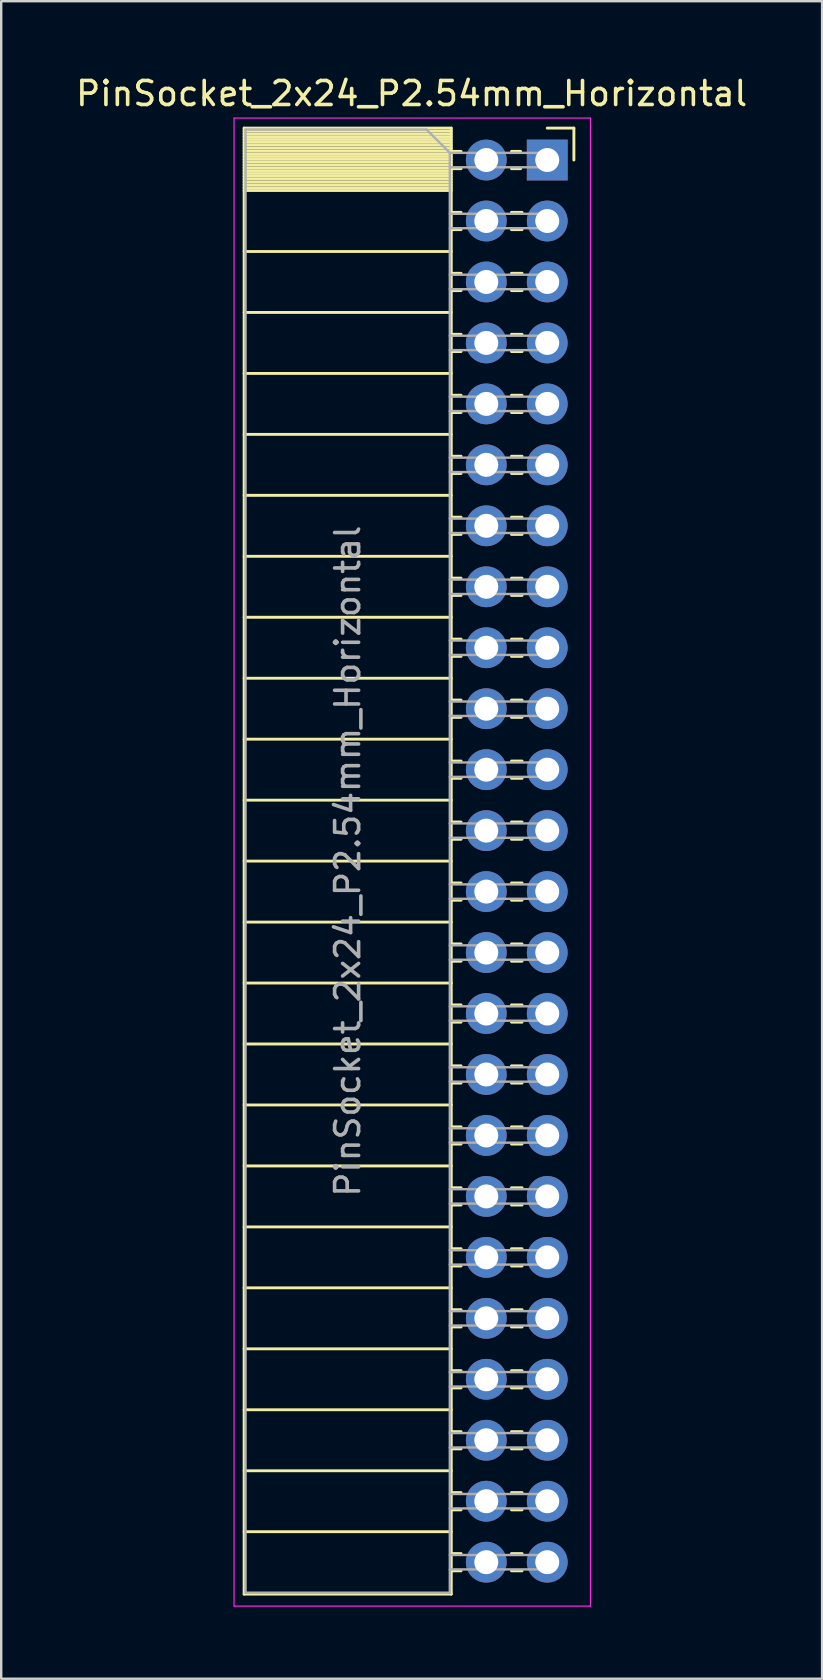
<source format=kicad_pcb>
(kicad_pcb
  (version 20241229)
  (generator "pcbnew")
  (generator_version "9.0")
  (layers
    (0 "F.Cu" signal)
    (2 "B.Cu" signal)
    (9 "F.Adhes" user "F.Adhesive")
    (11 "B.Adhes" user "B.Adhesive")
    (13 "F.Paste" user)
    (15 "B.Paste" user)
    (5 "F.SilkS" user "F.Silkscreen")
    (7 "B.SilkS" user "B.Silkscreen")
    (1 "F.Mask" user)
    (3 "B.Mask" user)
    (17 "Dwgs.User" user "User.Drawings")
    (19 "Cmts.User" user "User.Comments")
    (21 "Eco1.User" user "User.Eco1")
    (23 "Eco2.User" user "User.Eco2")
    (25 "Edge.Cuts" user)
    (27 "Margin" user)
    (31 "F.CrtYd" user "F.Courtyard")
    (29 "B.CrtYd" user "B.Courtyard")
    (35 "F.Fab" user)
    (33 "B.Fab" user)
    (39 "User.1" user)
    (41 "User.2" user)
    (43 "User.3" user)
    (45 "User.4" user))
  (footprint "PinSocket_2x24_P2.54mm_Horizontal"
    (layer "F.Cu")
    (at 19.751 3.618)
    (property "Reference" "PinSocket_2x24_P2.54mm_Horizontal" (at -5.65 -2.77 0) (layer "F.SilkS") (effects (font (size 1 1) (thickness 0.15))))
    (attr through_hole)
    (fp_line (start -12.63 -1.33) (end -12.63 59.75) (stroke (width 0.12) (type solid)) (layer "F.SilkS"))
    (fp_line (start -12.63 -1.33) (end -4 -1.33) (stroke (width 0.12) (type solid)) (layer "F.SilkS"))
    (fp_line (start -12.63 -1.21) (end -4 -1.21) (stroke (width 0.12) (type solid)) (layer "F.SilkS"))
    (fp_line (start -12.63 -1.092) (end -4 -1.092) (stroke (width 0.12) (type solid)) (layer "F.SilkS"))
    (fp_line (start -12.63 -0.974) (end -4 -0.974) (stroke (width 0.12) (type solid)) (layer "F.SilkS"))
    (fp_line (start -12.63 -0.856) (end -4 -0.856) (stroke (width 0.12) (type solid)) (layer "F.SilkS"))
    (fp_line (start -12.63 -0.738) (end -4 -0.738) (stroke (width 0.12) (type solid)) (layer "F.SilkS"))
    (fp_line (start -12.63 -0.62) (end -4 -0.62) (stroke (width 0.12) (type solid)) (layer "F.SilkS"))
    (fp_line (start -12.63 -0.501) (end -4 -0.501) (stroke (width 0.12) (type solid)) (layer "F.SilkS"))
    (fp_line (start -12.63 -0.383) (end -4 -0.383) (stroke (width 0.12) (type solid)) (layer "F.SilkS"))
    (fp_line (start -12.63 -0.265) (end -4 -0.265) (stroke (width 0.12) (type solid)) (layer "F.SilkS"))
    (fp_line (start -12.63 -0.147) (end -4 -0.147) (stroke (width 0.12) (type solid)) (layer "F.SilkS"))
    (fp_line (start -12.63 -0.029) (end -4 -0.029) (stroke (width 0.12) (type solid)) (layer "F.SilkS"))
    (fp_line (start -12.63 0.089) (end -4 0.089) (stroke (width 0.12) (type solid)) (layer "F.SilkS"))
    (fp_line (start -12.63 0.207) (end -4 0.207) (stroke (width 0.12) (type solid)) (layer "F.SilkS"))
    (fp_line (start -12.63 0.325) (end -4 0.325) (stroke (width 0.12) (type solid)) (layer "F.SilkS"))
    (fp_line (start -12.63 0.443) (end -4 0.443) (stroke (width 0.12) (type solid)) (layer "F.SilkS"))
    (fp_line (start -12.63 0.561) (end -4 0.561) (stroke (width 0.12) (type solid)) (layer "F.SilkS"))
    (fp_line (start -12.63 0.68) (end -4 0.68) (stroke (width 0.12) (type solid)) (layer "F.SilkS"))
    (fp_line (start -12.63 0.798) (end -4 0.798) (stroke (width 0.12) (type solid)) (layer "F.SilkS"))
    (fp_line (start -12.63 0.916) (end -4 0.916) (stroke (width 0.12) (type solid)) (layer "F.SilkS"))
    (fp_line (start -12.63 1.034) (end -4 1.034) (stroke (width 0.12) (type solid)) (layer "F.SilkS"))
    (fp_line (start -12.63 1.152) (end -4 1.152) (stroke (width 0.12) (type solid)) (layer "F.SilkS"))
    (fp_line (start -12.63 1.27) (end -4 1.27) (stroke (width 0.12) (type solid)) (layer "F.SilkS"))
    (fp_line (start -12.63 3.81) (end -4 3.81) (stroke (width 0.12) (type solid)) (layer "F.SilkS"))
    (fp_line (start -12.63 6.35) (end -4 6.35) (stroke (width 0.12) (type solid)) (layer "F.SilkS"))
    (fp_line (start -12.63 8.89) (end -4 8.89) (stroke (width 0.12) (type solid)) (layer "F.SilkS"))
    (fp_line (start -12.63 11.43) (end -4 11.43) (stroke (width 0.12) (type solid)) (layer "F.SilkS"))
    (fp_line (start -12.63 13.97) (end -4 13.97) (stroke (width 0.12) (type solid)) (layer "F.SilkS"))
    (fp_line (start -12.63 16.51) (end -4 16.51) (stroke (width 0.12) (type solid)) (layer "F.SilkS"))
    (fp_line (start -12.63 19.05) (end -4 19.05) (stroke (width 0.12) (type solid)) (layer "F.SilkS"))
    (fp_line (start -12.63 21.59) (end -4 21.59) (stroke (width 0.12) (type solid)) (layer "F.SilkS"))
    (fp_line (start -12.63 24.13) (end -4 24.13) (stroke (width 0.12) (type solid)) (layer "F.SilkS"))
    (fp_line (start -12.63 26.67) (end -4 26.67) (stroke (width 0.12) (type solid)) (layer "F.SilkS"))
    (fp_line (start -12.63 29.21) (end -4 29.21) (stroke (width 0.12) (type solid)) (layer "F.SilkS"))
    (fp_line (start -12.63 31.75) (end -4 31.75) (stroke (width 0.12) (type solid)) (layer "F.SilkS"))
    (fp_line (start -12.63 34.29) (end -4 34.29) (stroke (width 0.12) (type solid)) (layer "F.SilkS"))
    (fp_line (start -12.63 36.83) (end -4 36.83) (stroke (width 0.12) (type solid)) (layer "F.SilkS"))
    (fp_line (start -12.63 39.37) (end -4 39.37) (stroke (width 0.12) (type solid)) (layer "F.SilkS"))
    (fp_line (start -12.63 41.91) (end -4 41.91) (stroke (width 0.12) (type solid)) (layer "F.SilkS"))
    (fp_line (start -12.63 44.45) (end -4 44.45) (stroke (width 0.12) (type solid)) (layer "F.SilkS"))
    (fp_line (start -12.63 46.99) (end -4 46.99) (stroke (width 0.12) (type solid)) (layer "F.SilkS"))
    (fp_line (start -12.63 49.53) (end -4 49.53) (stroke (width 0.12) (type solid)) (layer "F.SilkS"))
    (fp_line (start -12.63 52.07) (end -4 52.07) (stroke (width 0.12) (type solid)) (layer "F.SilkS"))
    (fp_line (start -12.63 54.61) (end -4 54.61) (stroke (width 0.12) (type solid)) (layer "F.SilkS"))
    (fp_line (start -12.63 57.15) (end -4 57.15) (stroke (width 0.12) (type solid)) (layer "F.SilkS"))
    (fp_line (start -12.63 59.75) (end -4 59.75) (stroke (width 0.12) (type solid)) (layer "F.SilkS"))
    (fp_line (start -4 -1.33) (end -4 59.75) (stroke (width 0.12) (type solid)) (layer "F.SilkS"))
    (fp_line (start -4 -0.36) (end -3.59 -0.36) (stroke (width 0.12) (type solid)) (layer "F.SilkS"))
    (fp_line (start -4 0.36) (end -3.59 0.36) (stroke (width 0.12) (type solid)) (layer "F.SilkS"))
    (fp_line (start -4 2.18) (end -3.59 2.18) (stroke (width 0.12) (type solid)) (layer "F.SilkS"))
    (fp_line (start -4 2.9) (end -3.59 2.9) (stroke (width 0.12) (type solid)) (layer "F.SilkS"))
    (fp_line (start -4 4.72) (end -3.59 4.72) (stroke (width 0.12) (type solid)) (layer "F.SilkS"))
    (fp_line (start -4 5.44) (end -3.59 5.44) (stroke (width 0.12) (type solid)) (layer "F.SilkS"))
    (fp_line (start -4 7.26) (end -3.59 7.26) (stroke (width 0.12) (type solid)) (layer "F.SilkS"))
    (fp_line (start -4 7.98) (end -3.59 7.98) (stroke (width 0.12) (type solid)) (layer "F.SilkS"))
    (fp_line (start -4 9.8) (end -3.59 9.8) (stroke (width 0.12) (type solid)) (layer "F.SilkS"))
    (fp_line (start -4 10.52) (end -3.59 10.52) (stroke (width 0.12) (type solid)) (layer "F.SilkS"))
    (fp_line (start -4 12.34) (end -3.59 12.34) (stroke (width 0.12) (type solid)) (layer "F.SilkS"))
    (fp_line (start -4 13.06) (end -3.59 13.06) (stroke (width 0.12) (type solid)) (layer "F.SilkS"))
    (fp_line (start -4 14.88) (end -3.59 14.88) (stroke (width 0.12) (type solid)) (layer "F.SilkS"))
    (fp_line (start -4 15.6) (end -3.59 15.6) (stroke (width 0.12) (type solid)) (layer "F.SilkS"))
    (fp_line (start -4 17.42) (end -3.59 17.42) (stroke (width 0.12) (type solid)) (layer "F.SilkS"))
    (fp_line (start -4 18.14) (end -3.59 18.14) (stroke (width 0.12) (type solid)) (layer "F.SilkS"))
    (fp_line (start -4 19.96) (end -3.59 19.96) (stroke (width 0.12) (type solid)) (layer "F.SilkS"))
    (fp_line (start -4 20.68) (end -3.59 20.68) (stroke (width 0.12) (type solid)) (layer "F.SilkS"))
    (fp_line (start -4 22.5) (end -3.59 22.5) (stroke (width 0.12) (type solid)) (layer "F.SilkS"))
    (fp_line (start -4 23.22) (end -3.59 23.22) (stroke (width 0.12) (type solid)) (layer "F.SilkS"))
    (fp_line (start -4 25.04) (end -3.59 25.04) (stroke (width 0.12) (type solid)) (layer "F.SilkS"))
    (fp_line (start -4 25.76) (end -3.59 25.76) (stroke (width 0.12) (type solid)) (layer "F.SilkS"))
    (fp_line (start -4 27.58) (end -3.59 27.58) (stroke (width 0.12) (type solid)) (layer "F.SilkS"))
    (fp_line (start -4 28.3) (end -3.59 28.3) (stroke (width 0.12) (type solid)) (layer "F.SilkS"))
    (fp_line (start -4 30.12) (end -3.59 30.12) (stroke (width 0.12) (type solid)) (layer "F.SilkS"))
    (fp_line (start -4 30.84) (end -3.59 30.84) (stroke (width 0.12) (type solid)) (layer "F.SilkS"))
    (fp_line (start -4 32.66) (end -3.59 32.66) (stroke (width 0.12) (type solid)) (layer "F.SilkS"))
    (fp_line (start -4 33.38) (end -3.59 33.38) (stroke (width 0.12) (type solid)) (layer "F.SilkS"))
    (fp_line (start -4 35.2) (end -3.59 35.2) (stroke (width 0.12) (type solid)) (layer "F.SilkS"))
    (fp_line (start -4 35.92) (end -3.59 35.92) (stroke (width 0.12) (type solid)) (layer "F.SilkS"))
    (fp_line (start -4 37.74) (end -3.59 37.74) (stroke (width 0.12) (type solid)) (layer "F.SilkS"))
    (fp_line (start -4 38.46) (end -3.59 38.46) (stroke (width 0.12) (type solid)) (layer "F.SilkS"))
    (fp_line (start -4 40.28) (end -3.59 40.28) (stroke (width 0.12) (type solid)) (layer "F.SilkS"))
    (fp_line (start -4 41) (end -3.59 41) (stroke (width 0.12) (type solid)) (layer "F.SilkS"))
    (fp_line (start -4 42.82) (end -3.59 42.82) (stroke (width 0.12) (type solid)) (layer "F.SilkS"))
    (fp_line (start -4 43.54) (end -3.59 43.54) (stroke (width 0.12) (type solid)) (layer "F.SilkS"))
    (fp_line (start -4 45.36) (end -3.59 45.36) (stroke (width 0.12) (type solid)) (layer "F.SilkS"))
    (fp_line (start -4 46.08) (end -3.59 46.08) (stroke (width 0.12) (type solid)) (layer "F.SilkS"))
    (fp_line (start -4 47.9) (end -3.59 47.9) (stroke (width 0.12) (type solid)) (layer "F.SilkS"))
    (fp_line (start -4 48.62) (end -3.59 48.62) (stroke (width 0.12) (type solid)) (layer "F.SilkS"))
    (fp_line (start -4 50.44) (end -3.59 50.44) (stroke (width 0.12) (type solid)) (layer "F.SilkS"))
    (fp_line (start -4 51.16) (end -3.59 51.16) (stroke (width 0.12) (type solid)) (layer "F.SilkS"))
    (fp_line (start -4 52.98) (end -3.59 52.98) (stroke (width 0.12) (type solid)) (layer "F.SilkS"))
    (fp_line (start -4 53.7) (end -3.59 53.7) (stroke (width 0.12) (type solid)) (layer "F.SilkS"))
    (fp_line (start -4 55.52) (end -3.59 55.52) (stroke (width 0.12) (type solid)) (layer "F.SilkS"))
    (fp_line (start -4 56.24) (end -3.59 56.24) (stroke (width 0.12) (type solid)) (layer "F.SilkS"))
    (fp_line (start -4 58.06) (end -3.59 58.06) (stroke (width 0.12) (type solid)) (layer "F.SilkS"))
    (fp_line (start -4 58.78) (end -3.59 58.78) (stroke (width 0.12) (type solid)) (layer "F.SilkS"))
    (fp_line (start -1.49 -0.36) (end -1.11 -0.36) (stroke (width 0.12) (type solid)) (layer "F.SilkS"))
    (fp_line (start -1.49 0.36) (end -1.11 0.36) (stroke (width 0.12) (type solid)) (layer "F.SilkS"))
    (fp_line (start -1.49 2.18) (end -1.05 2.18) (stroke (width 0.12) (type solid)) (layer "F.SilkS"))
    (fp_line (start -1.49 2.9) (end -1.05 2.9) (stroke (width 0.12) (type solid)) (layer "F.SilkS"))
    (fp_line (start -1.49 4.72) (end -1.05 4.72) (stroke (width 0.12) (type solid)) (layer "F.SilkS"))
    (fp_line (start -1.49 5.44) (end -1.05 5.44) (stroke (width 0.12) (type solid)) (layer "F.SilkS"))
    (fp_line (start -1.49 7.26) (end -1.05 7.26) (stroke (width 0.12) (type solid)) (layer "F.SilkS"))
    (fp_line (start -1.49 7.98) (end -1.05 7.98) (stroke (width 0.12) (type solid)) (layer "F.SilkS"))
    (fp_line (start -1.49 9.8) (end -1.05 9.8) (stroke (width 0.12) (type solid)) (layer "F.SilkS"))
    (fp_line (start -1.49 10.52) (end -1.05 10.52) (stroke (width 0.12) (type solid)) (layer "F.SilkS"))
    (fp_line (start -1.49 12.34) (end -1.05 12.34) (stroke (width 0.12) (type solid)) (layer "F.SilkS"))
    (fp_line (start -1.49 13.06) (end -1.05 13.06) (stroke (width 0.12) (type solid)) (layer "F.SilkS"))
    (fp_line (start -1.49 14.88) (end -1.05 14.88) (stroke (width 0.12) (type solid)) (layer "F.SilkS"))
    (fp_line (start -1.49 15.6) (end -1.05 15.6) (stroke (width 0.12) (type solid)) (layer "F.SilkS"))
    (fp_line (start -1.49 17.42) (end -1.05 17.42) (stroke (width 0.12) (type solid)) (layer "F.SilkS"))
    (fp_line (start -1.49 18.14) (end -1.05 18.14) (stroke (width 0.12) (type solid)) (layer "F.SilkS"))
    (fp_line (start -1.49 19.96) (end -1.05 19.96) (stroke (width 0.12) (type solid)) (layer "F.SilkS"))
    (fp_line (start -1.49 20.68) (end -1.05 20.68) (stroke (width 0.12) (type solid)) (layer "F.SilkS"))
    (fp_line (start -1.49 22.5) (end -1.05 22.5) (stroke (width 0.12) (type solid)) (layer "F.SilkS"))
    (fp_line (start -1.49 23.22) (end -1.05 23.22) (stroke (width 0.12) (type solid)) (layer "F.SilkS"))
    (fp_line (start -1.49 25.04) (end -1.05 25.04) (stroke (width 0.12) (type solid)) (layer "F.SilkS"))
    (fp_line (start -1.49 25.76) (end -1.05 25.76) (stroke (width 0.12) (type solid)) (layer "F.SilkS"))
    (fp_line (start -1.49 27.58) (end -1.05 27.58) (stroke (width 0.12) (type solid)) (layer "F.SilkS"))
    (fp_line (start -1.49 28.3) (end -1.05 28.3) (stroke (width 0.12) (type solid)) (layer "F.SilkS"))
    (fp_line (start -1.49 30.12) (end -1.05 30.12) (stroke (width 0.12) (type solid)) (layer "F.SilkS"))
    (fp_line (start -1.49 30.84) (end -1.05 30.84) (stroke (width 0.12) (type solid)) (layer "F.SilkS"))
    (fp_line (start -1.49 32.66) (end -1.05 32.66) (stroke (width 0.12) (type solid)) (layer "F.SilkS"))
    (fp_line (start -1.49 33.38) (end -1.05 33.38) (stroke (width 0.12) (type solid)) (layer "F.SilkS"))
    (fp_line (start -1.49 35.2) (end -1.05 35.2) (stroke (width 0.12) (type solid)) (layer "F.SilkS"))
    (fp_line (start -1.49 35.92) (end -1.05 35.92) (stroke (width 0.12) (type solid)) (layer "F.SilkS"))
    (fp_line (start -1.49 37.74) (end -1.05 37.74) (stroke (width 0.12) (type solid)) (layer "F.SilkS"))
    (fp_line (start -1.49 38.46) (end -1.05 38.46) (stroke (width 0.12) (type solid)) (layer "F.SilkS"))
    (fp_line (start -1.49 40.28) (end -1.05 40.28) (stroke (width 0.12) (type solid)) (layer "F.SilkS"))
    (fp_line (start -1.49 41) (end -1.05 41) (stroke (width 0.12) (type solid)) (layer "F.SilkS"))
    (fp_line (start -1.49 42.82) (end -1.05 42.82) (stroke (width 0.12) (type solid)) (layer "F.SilkS"))
    (fp_line (start -1.49 43.54) (end -1.05 43.54) (stroke (width 0.12) (type solid)) (layer "F.SilkS"))
    (fp_line (start -1.49 45.36) (end -1.05 45.36) (stroke (width 0.12) (type solid)) (layer "F.SilkS"))
    (fp_line (start -1.49 46.08) (end -1.05 46.08) (stroke (width 0.12) (type solid)) (layer "F.SilkS"))
    (fp_line (start -1.49 47.9) (end -1.05 47.9) (stroke (width 0.12) (type solid)) (layer "F.SilkS"))
    (fp_line (start -1.49 48.62) (end -1.05 48.62) (stroke (width 0.12) (type solid)) (layer "F.SilkS"))
    (fp_line (start -1.49 50.44) (end -1.05 50.44) (stroke (width 0.12) (type solid)) (layer "F.SilkS"))
    (fp_line (start -1.49 51.16) (end -1.05 51.16) (stroke (width 0.12) (type solid)) (layer "F.SilkS"))
    (fp_line (start -1.49 52.98) (end -1.05 52.98) (stroke (width 0.12) (type solid)) (layer "F.SilkS"))
    (fp_line (start -1.49 53.7) (end -1.05 53.7) (stroke (width 0.12) (type solid)) (layer "F.SilkS"))
    (fp_line (start -1.49 55.52) (end -1.05 55.52) (stroke (width 0.12) (type solid)) (layer "F.SilkS"))
    (fp_line (start -1.49 56.24) (end -1.05 56.24) (stroke (width 0.12) (type solid)) (layer "F.SilkS"))
    (fp_line (start -1.49 58.06) (end -1.05 58.06) (stroke (width 0.12) (type solid)) (layer "F.SilkS"))
    (fp_line (start -1.49 58.78) (end -1.05 58.78) (stroke (width 0.12) (type solid)) (layer "F.SilkS"))
    (fp_line (start 0 -1.33) (end 1.11 -1.33) (stroke (width 0.12) (type solid)) (layer "F.SilkS"))
    (fp_line (start 1.11 -1.33) (end 1.11 0) (stroke (width 0.12) (type solid)) (layer "F.SilkS"))
    (fp_line (start -13.05 -1.75) (end -13.05 60.25) (stroke (width 0.05) (type solid)) (layer "F.CrtYd"))
    (fp_line (start -13.05 60.25) (end 1.8 60.25) (stroke (width 0.05) (type solid)) (layer "F.CrtYd"))
    (fp_line (start 1.8 -1.75) (end -13.05 -1.75) (stroke (width 0.05) (type solid)) (layer "F.CrtYd"))
    (fp_line (start 1.8 60.25) (end 1.8 -1.75) (stroke (width 0.05) (type solid)) (layer "F.CrtYd"))
    (fp_line (start -12.57 -1.27) (end -5.03 -1.27) (stroke (width 0.1) (type solid)) (layer "F.Fab"))
    (fp_line (start -12.57 59.69) (end -12.57 -1.27) (stroke (width 0.1) (type solid)) (layer "F.Fab"))
    (fp_line (start -5.03 -1.27) (end -4.06 -0.3) (stroke (width 0.1) (type solid)) (layer "F.Fab"))
    (fp_line (start -4.06 -0.3) (end -4.06 59.69) (stroke (width 0.1) (type solid)) (layer "F.Fab"))
    (fp_line (start -4.06 0.3) (end 0 0.3) (stroke (width 0.1) (type solid)) (layer "F.Fab"))
    (fp_line (start -4.06 2.84) (end 0 2.84) (stroke (width 0.1) (type solid)) (layer "F.Fab"))
    (fp_line (start -4.06 5.38) (end 0 5.38) (stroke (width 0.1) (type solid)) (layer "F.Fab"))
    (fp_line (start -4.06 7.92) (end 0 7.92) (stroke (width 0.1) (type solid)) (layer "F.Fab"))
    (fp_line (start -4.06 10.46) (end 0 10.46) (stroke (width 0.1) (type solid)) (layer "F.Fab"))
    (fp_line (start -4.06 13) (end 0 13) (stroke (width 0.1) (type solid)) (layer "F.Fab"))
    (fp_line (start -4.06 15.54) (end 0 15.54) (stroke (width 0.1) (type solid)) (layer "F.Fab"))
    (fp_line (start -4.06 18.08) (end 0 18.08) (stroke (width 0.1) (type solid)) (layer "F.Fab"))
    (fp_line (start -4.06 20.62) (end 0 20.62) (stroke (width 0.1) (type solid)) (layer "F.Fab"))
    (fp_line (start -4.06 23.16) (end 0 23.16) (stroke (width 0.1) (type solid)) (layer "F.Fab"))
    (fp_line (start -4.06 25.7) (end 0 25.7) (stroke (width 0.1) (type solid)) (layer "F.Fab"))
    (fp_line (start -4.06 28.24) (end 0 28.24) (stroke (width 0.1) (type solid)) (layer "F.Fab"))
    (fp_line (start -4.06 30.78) (end 0 30.78) (stroke (width 0.1) (type solid)) (layer "F.Fab"))
    (fp_line (start -4.06 33.32) (end 0 33.32) (stroke (width 0.1) (type solid)) (layer "F.Fab"))
    (fp_line (start -4.06 35.86) (end 0 35.86) (stroke (width 0.1) (type solid)) (layer "F.Fab"))
    (fp_line (start -4.06 38.4) (end 0 38.4) (stroke (width 0.1) (type solid)) (layer "F.Fab"))
    (fp_line (start -4.06 40.94) (end 0 40.94) (stroke (width 0.1) (type solid)) (layer "F.Fab"))
    (fp_line (start -4.06 43.48) (end 0 43.48) (stroke (width 0.1) (type solid)) (layer "F.Fab"))
    (fp_line (start -4.06 46.02) (end 0 46.02) (stroke (width 0.1) (type solid)) (layer "F.Fab"))
    (fp_line (start -4.06 48.56) (end 0 48.56) (stroke (width 0.1) (type solid)) (layer "F.Fab"))
    (fp_line (start -4.06 51.1) (end 0 51.1) (stroke (width 0.1) (type solid)) (layer "F.Fab"))
    (fp_line (start -4.06 53.64) (end 0 53.64) (stroke (width 0.1) (type solid)) (layer "F.Fab"))
    (fp_line (start -4.06 56.18) (end 0 56.18) (stroke (width 0.1) (type solid)) (layer "F.Fab"))
    (fp_line (start -4.06 58.72) (end 0 58.72) (stroke (width 0.1) (type solid)) (layer "F.Fab"))
    (fp_line (start -4.06 59.69) (end -12.57 59.69) (stroke (width 0.1) (type solid)) (layer "F.Fab"))
    (fp_line (start 0 -0.3) (end -4.06 -0.3) (stroke (width 0.1) (type solid)) (layer "F.Fab"))
    (fp_line (start 0 0.3) (end 0 -0.3) (stroke (width 0.1) (type solid)) (layer "F.Fab"))
    (fp_line (start 0 2.24) (end -4.06 2.24) (stroke (width 0.1) (type solid)) (layer "F.Fab"))
    (fp_line (start 0 2.84) (end 0 2.24) (stroke (width 0.1) (type solid)) (layer "F.Fab"))
    (fp_line (start 0 4.78) (end -4.06 4.78) (stroke (width 0.1) (type solid)) (layer "F.Fab"))
    (fp_line (start 0 5.38) (end 0 4.78) (stroke (width 0.1) (type solid)) (layer "F.Fab"))
    (fp_line (start 0 7.32) (end -4.06 7.32) (stroke (width 0.1) (type solid)) (layer "F.Fab"))
    (fp_line (start 0 7.92) (end 0 7.32) (stroke (width 0.1) (type solid)) (layer "F.Fab"))
    (fp_line (start 0 9.86) (end -4.06 9.86) (stroke (width 0.1) (type solid)) (layer "F.Fab"))
    (fp_line (start 0 10.46) (end 0 9.86) (stroke (width 0.1) (type solid)) (layer "F.Fab"))
    (fp_line (start 0 12.4) (end -4.06 12.4) (stroke (width 0.1) (type solid)) (layer "F.Fab"))
    (fp_line (start 0 13) (end 0 12.4) (stroke (width 0.1) (type solid)) (layer "F.Fab"))
    (fp_line (start 0 14.94) (end -4.06 14.94) (stroke (width 0.1) (type solid)) (layer "F.Fab"))
    (fp_line (start 0 15.54) (end 0 14.94) (stroke (width 0.1) (type solid)) (layer "F.Fab"))
    (fp_line (start 0 17.48) (end -4.06 17.48) (stroke (width 0.1) (type solid)) (layer "F.Fab"))
    (fp_line (start 0 18.08) (end 0 17.48) (stroke (width 0.1) (type solid)) (layer "F.Fab"))
    (fp_line (start 0 20.02) (end -4.06 20.02) (stroke (width 0.1) (type solid)) (layer "F.Fab"))
    (fp_line (start 0 20.62) (end 0 20.02) (stroke (width 0.1) (type solid)) (layer "F.Fab"))
    (fp_line (start 0 22.56) (end -4.06 22.56) (stroke (width 0.1) (type solid)) (layer "F.Fab"))
    (fp_line (start 0 23.16) (end 0 22.56) (stroke (width 0.1) (type solid)) (layer "F.Fab"))
    (fp_line (start 0 25.1) (end -4.06 25.1) (stroke (width 0.1) (type solid)) (layer "F.Fab"))
    (fp_line (start 0 25.7) (end 0 25.1) (stroke (width 0.1) (type solid)) (layer "F.Fab"))
    (fp_line (start 0 27.64) (end -4.06 27.64) (stroke (width 0.1) (type solid)) (layer "F.Fab"))
    (fp_line (start 0 28.24) (end 0 27.64) (stroke (width 0.1) (type solid)) (layer "F.Fab"))
    (fp_line (start 0 30.18) (end -4.06 30.18) (stroke (width 0.1) (type solid)) (layer "F.Fab"))
    (fp_line (start 0 30.78) (end 0 30.18) (stroke (width 0.1) (type solid)) (layer "F.Fab"))
    (fp_line (start 0 32.72) (end -4.06 32.72) (stroke (width 0.1) (type solid)) (layer "F.Fab"))
    (fp_line (start 0 33.32) (end 0 32.72) (stroke (width 0.1) (type solid)) (layer "F.Fab"))
    (fp_line (start 0 35.26) (end -4.06 35.26) (stroke (width 0.1) (type solid)) (layer "F.Fab"))
    (fp_line (start 0 35.86) (end 0 35.26) (stroke (width 0.1) (type solid)) (layer "F.Fab"))
    (fp_line (start 0 37.8) (end -4.06 37.8) (stroke (width 0.1) (type solid)) (layer "F.Fab"))
    (fp_line (start 0 38.4) (end 0 37.8) (stroke (width 0.1) (type solid)) (layer "F.Fab"))
    (fp_line (start 0 40.34) (end -4.06 40.34) (stroke (width 0.1) (type solid)) (layer "F.Fab"))
    (fp_line (start 0 40.94) (end 0 40.34) (stroke (width 0.1) (type solid)) (layer "F.Fab"))
    (fp_line (start 0 42.88) (end -4.06 42.88) (stroke (width 0.1) (type solid)) (layer "F.Fab"))
    (fp_line (start 0 43.48) (end 0 42.88) (stroke (width 0.1) (type solid)) (layer "F.Fab"))
    (fp_line (start 0 45.42) (end -4.06 45.42) (stroke (width 0.1) (type solid)) (layer "F.Fab"))
    (fp_line (start 0 46.02) (end 0 45.42) (stroke (width 0.1) (type solid)) (layer "F.Fab"))
    (fp_line (start 0 47.96) (end -4.06 47.96) (stroke (width 0.1) (type solid)) (layer "F.Fab"))
    (fp_line (start 0 48.56) (end 0 47.96) (stroke (width 0.1) (type solid)) (layer "F.Fab"))
    (fp_line (start 0 50.5) (end -4.06 50.5) (stroke (width 0.1) (type solid)) (layer "F.Fab"))
    (fp_line (start 0 51.1) (end 0 50.5) (stroke (width 0.1) (type solid)) (layer "F.Fab"))
    (fp_line (start 0 53.04) (end -4.06 53.04) (stroke (width 0.1) (type solid)) (layer "F.Fab"))
    (fp_line (start 0 53.64) (end 0 53.04) (stroke (width 0.1) (type solid)) (layer "F.Fab"))
    (fp_line (start 0 55.58) (end -4.06 55.58) (stroke (width 0.1) (type solid)) (layer "F.Fab"))
    (fp_line (start 0 56.18) (end 0 55.58) (stroke (width 0.1) (type solid)) (layer "F.Fab"))
    (fp_line (start 0 58.12) (end -4.06 58.12) (stroke (width 0.1) (type solid)) (layer "F.Fab"))
    (fp_line (start 0 58.72) (end 0 58.12) (stroke (width 0.1) (type solid)) (layer "F.Fab"))
    (fp_text user "${REFERENCE}" (at -8.315 29.21 90) (layer "F.Fab") (effects (font (size 1 1) (thickness 0.15))))
    (pad "1" thru_hole rect (at 0 0) (size 1.7 1.7) (drill 1) (layers "*.Cu" "*.Mask"))
    (pad "2" thru_hole circle (at -2.54 0) (size 1.7 1.7) (drill 1) (layers "*.Cu" "*.Mask"))
    (pad "3" thru_hole circle (at 0 2.54) (size 1.7 1.7) (drill 1) (layers "*.Cu" "*.Mask"))
    (pad "4" thru_hole circle (at -2.54 2.54) (size 1.7 1.7) (drill 1) (layers "*.Cu" "*.Mask"))
    (pad "5" thru_hole circle (at 0 5.08) (size 1.7 1.7) (drill 1) (layers "*.Cu" "*.Mask"))
    (pad "6" thru_hole circle (at -2.54 5.08) (size 1.7 1.7) (drill 1) (layers "*.Cu" "*.Mask"))
    (pad "7" thru_hole circle (at 0 7.62) (size 1.7 1.7) (drill 1) (layers "*.Cu" "*.Mask"))
    (pad "8" thru_hole circle (at -2.54 7.62) (size 1.7 1.7) (drill 1) (layers "*.Cu" "*.Mask"))
    (pad "9" thru_hole circle (at 0 10.16) (size 1.7 1.7) (drill 1) (layers "*.Cu" "*.Mask"))
    (pad "10" thru_hole circle (at -2.54 10.16) (size 1.7 1.7) (drill 1) (layers "*.Cu" "*.Mask"))
    (pad "11" thru_hole circle (at 0 12.7) (size 1.7 1.7) (drill 1) (layers "*.Cu" "*.Mask"))
    (pad "12" thru_hole circle (at -2.54 12.7) (size 1.7 1.7) (drill 1) (layers "*.Cu" "*.Mask"))
    (pad "13" thru_hole circle (at 0 15.24) (size 1.7 1.7) (drill 1) (layers "*.Cu" "*.Mask"))
    (pad "14" thru_hole circle (at -2.54 15.24) (size 1.7 1.7) (drill 1) (layers "*.Cu" "*.Mask"))
    (pad "15" thru_hole circle (at 0 17.78) (size 1.7 1.7) (drill 1) (layers "*.Cu" "*.Mask"))
    (pad "16" thru_hole circle (at -2.54 17.78) (size 1.7 1.7) (drill 1) (layers "*.Cu" "*.Mask"))
    (pad "17" thru_hole circle (at 0 20.32) (size 1.7 1.7) (drill 1) (layers "*.Cu" "*.Mask"))
    (pad "18" thru_hole circle (at -2.54 20.32) (size 1.7 1.7) (drill 1) (layers "*.Cu" "*.Mask"))
    (pad "19" thru_hole circle (at 0 22.86) (size 1.7 1.7) (drill 1) (layers "*.Cu" "*.Mask"))
    (pad "20" thru_hole circle (at -2.54 22.86) (size 1.7 1.7) (drill 1) (layers "*.Cu" "*.Mask"))
    (pad "21" thru_hole circle (at 0 25.4) (size 1.7 1.7) (drill 1) (layers "*.Cu" "*.Mask"))
    (pad "22" thru_hole circle (at -2.54 25.4) (size 1.7 1.7) (drill 1) (layers "*.Cu" "*.Mask"))
    (pad "23" thru_hole circle (at 0 27.94) (size 1.7 1.7) (drill 1) (layers "*.Cu" "*.Mask"))
    (pad "24" thru_hole circle (at -2.54 27.94) (size 1.7 1.7) (drill 1) (layers "*.Cu" "*.Mask"))
    (pad "25" thru_hole circle (at 0 30.48) (size 1.7 1.7) (drill 1) (layers "*.Cu" "*.Mask"))
    (pad "26" thru_hole circle (at -2.54 30.48) (size 1.7 1.7) (drill 1) (layers "*.Cu" "*.Mask"))
    (pad "27" thru_hole circle (at 0 33.02) (size 1.7 1.7) (drill 1) (layers "*.Cu" "*.Mask"))
    (pad "28" thru_hole circle (at -2.54 33.02) (size 1.7 1.7) (drill 1) (layers "*.Cu" "*.Mask"))
    (pad "29" thru_hole circle (at 0 35.56) (size 1.7 1.7) (drill 1) (layers "*.Cu" "*.Mask"))
    (pad "30" thru_hole circle (at -2.54 35.56) (size 1.7 1.7) (drill 1) (layers "*.Cu" "*.Mask"))
    (pad "31" thru_hole circle (at 0 38.1) (size 1.7 1.7) (drill 1) (layers "*.Cu" "*.Mask"))
    (pad "32" thru_hole circle (at -2.54 38.1) (size 1.7 1.7) (drill 1) (layers "*.Cu" "*.Mask"))
    (pad "33" thru_hole circle (at 0 40.64) (size 1.7 1.7) (drill 1) (layers "*.Cu" "*.Mask"))
    (pad "34" thru_hole circle (at -2.54 40.64) (size 1.7 1.7) (drill 1) (layers "*.Cu" "*.Mask"))
    (pad "35" thru_hole circle (at 0 43.18) (size 1.7 1.7) (drill 1) (layers "*.Cu" "*.Mask"))
    (pad "36" thru_hole circle (at -2.54 43.18) (size 1.7 1.7) (drill 1) (layers "*.Cu" "*.Mask"))
    (pad "37" thru_hole circle (at 0 45.72) (size 1.7 1.7) (drill 1) (layers "*.Cu" "*.Mask"))
    (pad "38" thru_hole circle (at -2.54 45.72) (size 1.7 1.7) (drill 1) (layers "*.Cu" "*.Mask"))
    (pad "39" thru_hole circle (at 0 48.26) (size 1.7 1.7) (drill 1) (layers "*.Cu" "*.Mask"))
    (pad "40" thru_hole circle (at -2.54 48.26) (size 1.7 1.7) (drill 1) (layers "*.Cu" "*.Mask"))
    (pad "41" thru_hole circle (at 0 50.8) (size 1.7 1.7) (drill 1) (layers "*.Cu" "*.Mask"))
    (pad "42" thru_hole circle (at -2.54 50.8) (size 1.7 1.7) (drill 1) (layers "*.Cu" "*.Mask"))
    (pad "43" thru_hole circle (at 0 53.34) (size 1.7 1.7) (drill 1) (layers "*.Cu" "*.Mask"))
    (pad "44" thru_hole circle (at -2.54 53.34) (size 1.7 1.7) (drill 1) (layers "*.Cu" "*.Mask"))
    (pad "45" thru_hole circle (at 0 55.88) (size 1.7 1.7) (drill 1) (layers "*.Cu" "*.Mask"))
    (pad "46" thru_hole circle (at -2.54 55.88) (size 1.7 1.7) (drill 1) (layers "*.Cu" "*.Mask"))
    (pad "47" thru_hole circle (at 0 58.42) (size 1.7 1.7) (drill 1) (layers "*.Cu" "*.Mask"))
    (pad "48" thru_hole circle (at -2.54 58.42) (size 1.7 1.7) (drill 1) (layers "*.Cu" "*.Mask")))
  (gr_rect
    (start -3 -3)
    (end 31.202 66.893)
    (stroke (width 0.1) (type default))
    (fill no)
    (layer "Edge.Cuts")))
</source>
